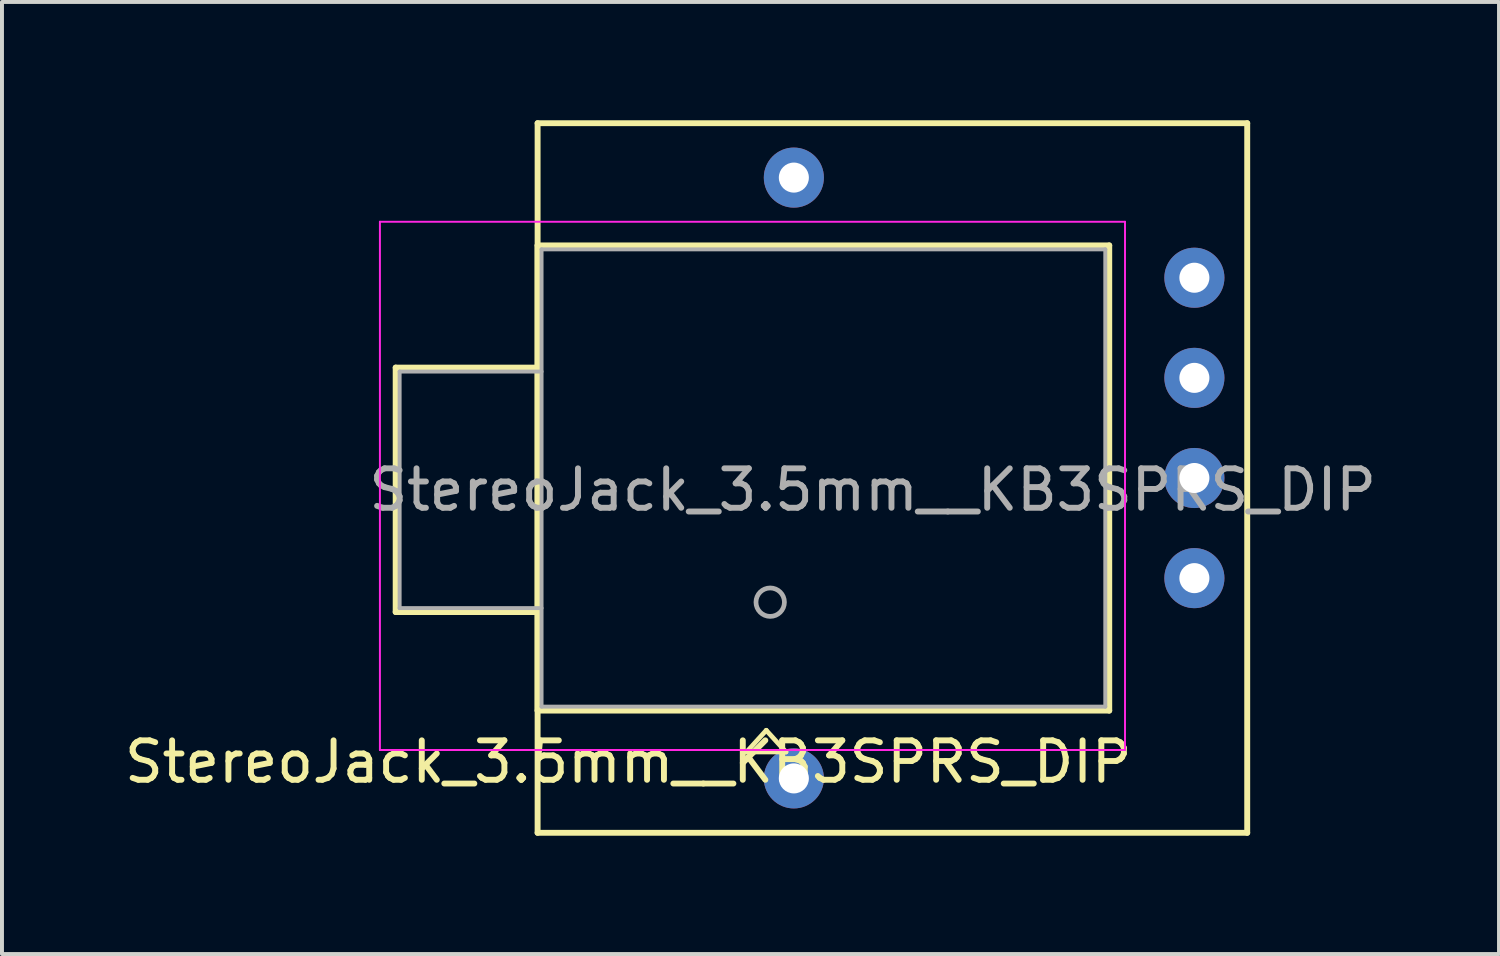
<source format=kicad_pcb>
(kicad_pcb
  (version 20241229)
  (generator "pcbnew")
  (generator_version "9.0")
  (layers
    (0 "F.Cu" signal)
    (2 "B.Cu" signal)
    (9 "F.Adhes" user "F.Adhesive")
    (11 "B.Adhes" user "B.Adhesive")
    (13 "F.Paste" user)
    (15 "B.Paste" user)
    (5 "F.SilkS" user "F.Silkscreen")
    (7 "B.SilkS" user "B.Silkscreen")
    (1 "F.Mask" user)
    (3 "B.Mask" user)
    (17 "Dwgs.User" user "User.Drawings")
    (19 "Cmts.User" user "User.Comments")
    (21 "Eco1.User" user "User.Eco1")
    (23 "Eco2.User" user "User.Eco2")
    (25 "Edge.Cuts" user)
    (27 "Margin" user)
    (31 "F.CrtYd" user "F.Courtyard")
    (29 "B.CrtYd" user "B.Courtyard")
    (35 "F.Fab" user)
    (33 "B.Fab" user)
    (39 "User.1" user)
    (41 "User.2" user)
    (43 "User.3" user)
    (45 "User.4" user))
  (footprint "StereoJack_3.5mm__KB3SPRS_DIP"
    (layer "F.Cu")
    (at 16.387 13.975)
    (property "Reference" "StereoJack_3.5mm__KB3SPRS_DIP" (at -3.5 2.3 0) (layer "F.SilkS") (effects (font (size 1 1) (thickness 0.15))))
    (attr through_hole)
    (fp_line (start -9.4 -7.7) (end -9.4 -1.5) (stroke (width 0.15) (type solid)) (layer "F.SilkS"))
    (fp_line (start -9.4 -1.5) (end -5.8 -1.5) (stroke (width 0.15) (type solid)) (layer "F.SilkS"))
    (fp_line (start -5.8 -13.9) (end 12.2 -13.9) (stroke (width 0.15) (type solid)) (layer "F.SilkS"))
    (fp_line (start -5.8 -10.8) (end 8.7 -10.8) (stroke (width 0.15) (type solid)) (layer "F.SilkS"))
    (fp_line (start -5.8 -7.7) (end -9.4 -7.7) (stroke (width 0.15) (type solid)) (layer "F.SilkS"))
    (fp_line (start -5.8 1) (end -5.8 -10.8) (stroke (width 0.15) (type solid)) (layer "F.SilkS"))
    (fp_line (start -5.8 4.1) (end -5.8 -13.9) (stroke (width 0.15) (type solid)) (layer "F.SilkS"))
    (fp_line (start -5.8 4.1) (end 12.2 4.1) (stroke (width 0.15) (type solid)) (layer "F.SilkS"))
    (fp_line (start -0.5 2.05) (end 0.5 2.05) (stroke (width 0.12) (type solid)) (layer "F.SilkS"))
    (fp_line (start 0 1.5) (end -0.5 2.05) (stroke (width 0.12) (type solid)) (layer "F.SilkS"))
    (fp_line (start 0.5 2.05) (end 0 1.5) (stroke (width 0.12) (type solid)) (layer "F.SilkS"))
    (fp_line (start 8.7 -10.8) (end 8.7 1) (stroke (width 0.15) (type solid)) (layer "F.SilkS"))
    (fp_line (start 8.7 1) (end -5.8 1) (stroke (width 0.15) (type solid)) (layer "F.SilkS"))
    (fp_line (start 12.2 -13.9) (end 12.2 4.1) (stroke (width 0.15) (type solid)) (layer "F.SilkS"))
    (fp_line (start -9.8 -11.4) (end -9.8 2) (stroke (width 0.05) (type solid)) (layer "F.CrtYd"))
    (fp_line (start -9.8 2) (end 9.1 2) (stroke (width 0.05) (type solid)) (layer "F.CrtYd"))
    (fp_line (start 9.1 -11.4) (end -9.8 -11.4) (stroke (width 0.05) (type solid)) (layer "F.CrtYd"))
    (fp_line (start 9.1 2) (end 9.1 -11.4) (stroke (width 0.05) (type solid)) (layer "F.CrtYd"))
    (fp_line (start -9.3 -7.6) (end -9.3 -1.6) (stroke (width 0.1) (type solid)) (layer "F.Fab"))
    (fp_line (start -9.3 -7.6) (end -5.7 -7.6) (stroke (width 0.1) (type solid)) (layer "F.Fab"))
    (fp_line (start -9.3 -1.6) (end -5.7 -1.6) (stroke (width 0.1) (type solid)) (layer "F.Fab"))
    (fp_line (start -5.7 -10.7) (end -5.7 0.9) (stroke (width 0.1) (type solid)) (layer "F.Fab"))
    (fp_line (start -5.7 0.9) (end 8.6 0.9) (stroke (width 0.1) (type solid)) (layer "F.Fab"))
    (fp_line (start 8.6 -10.7) (end -5.7 -10.7) (stroke (width 0.1) (type solid)) (layer "F.Fab"))
    (fp_line (start 8.6 0.9) (end 8.6 -10.7) (stroke (width 0.1) (type solid)) (layer "F.Fab"))
    (fp_circle (center 0.1 -1.75) (end 0.4 -1.55) (stroke (width 0.12) (type solid)) (fill no) (layer "F.Fab"))
    (fp_text user "${REFERENCE}" (at 2.7 -4.6 0) (layer "F.Fab") (effects (font (size 1 1) (thickness 0.15))))
    (pad "6" thru_hole circle (at 0.7 -12.52) (size 1.524 1.524) (drill 0.762) (layers "*.Cu" "*.Mask"))
    (pad "6" thru_hole circle (at 0.7 2.72) (size 1.524 1.524) (drill 0.762) (layers "*.Cu" "*.Mask"))
    (pad "R" thru_hole circle (at 10.86 -9.98) (size 1.524 1.524) (drill 0.762) (layers "*.Cu" "*.Mask"))
    (pad "S" thru_hole circle (at 10.86 -7.44) (size 1.524 1.524) (drill 0.762) (layers "*.Cu" "*.Mask"))
    (pad "S" thru_hole circle (at 10.86 -4.9) (size 1.524 1.524) (drill 0.762) (layers "*.Cu" "*.Mask"))
    (pad "T" thru_hole circle (at 10.86 -2.36) (size 1.524 1.524) (drill 0.762) (layers "*.Cu" "*.Mask")))
  (gr_rect
    (start -3 -3)
    (end 34.974 21.15)
    (stroke (width 0.1) (type default))
    (fill no)
    (layer "Edge.Cuts")))
</source>
